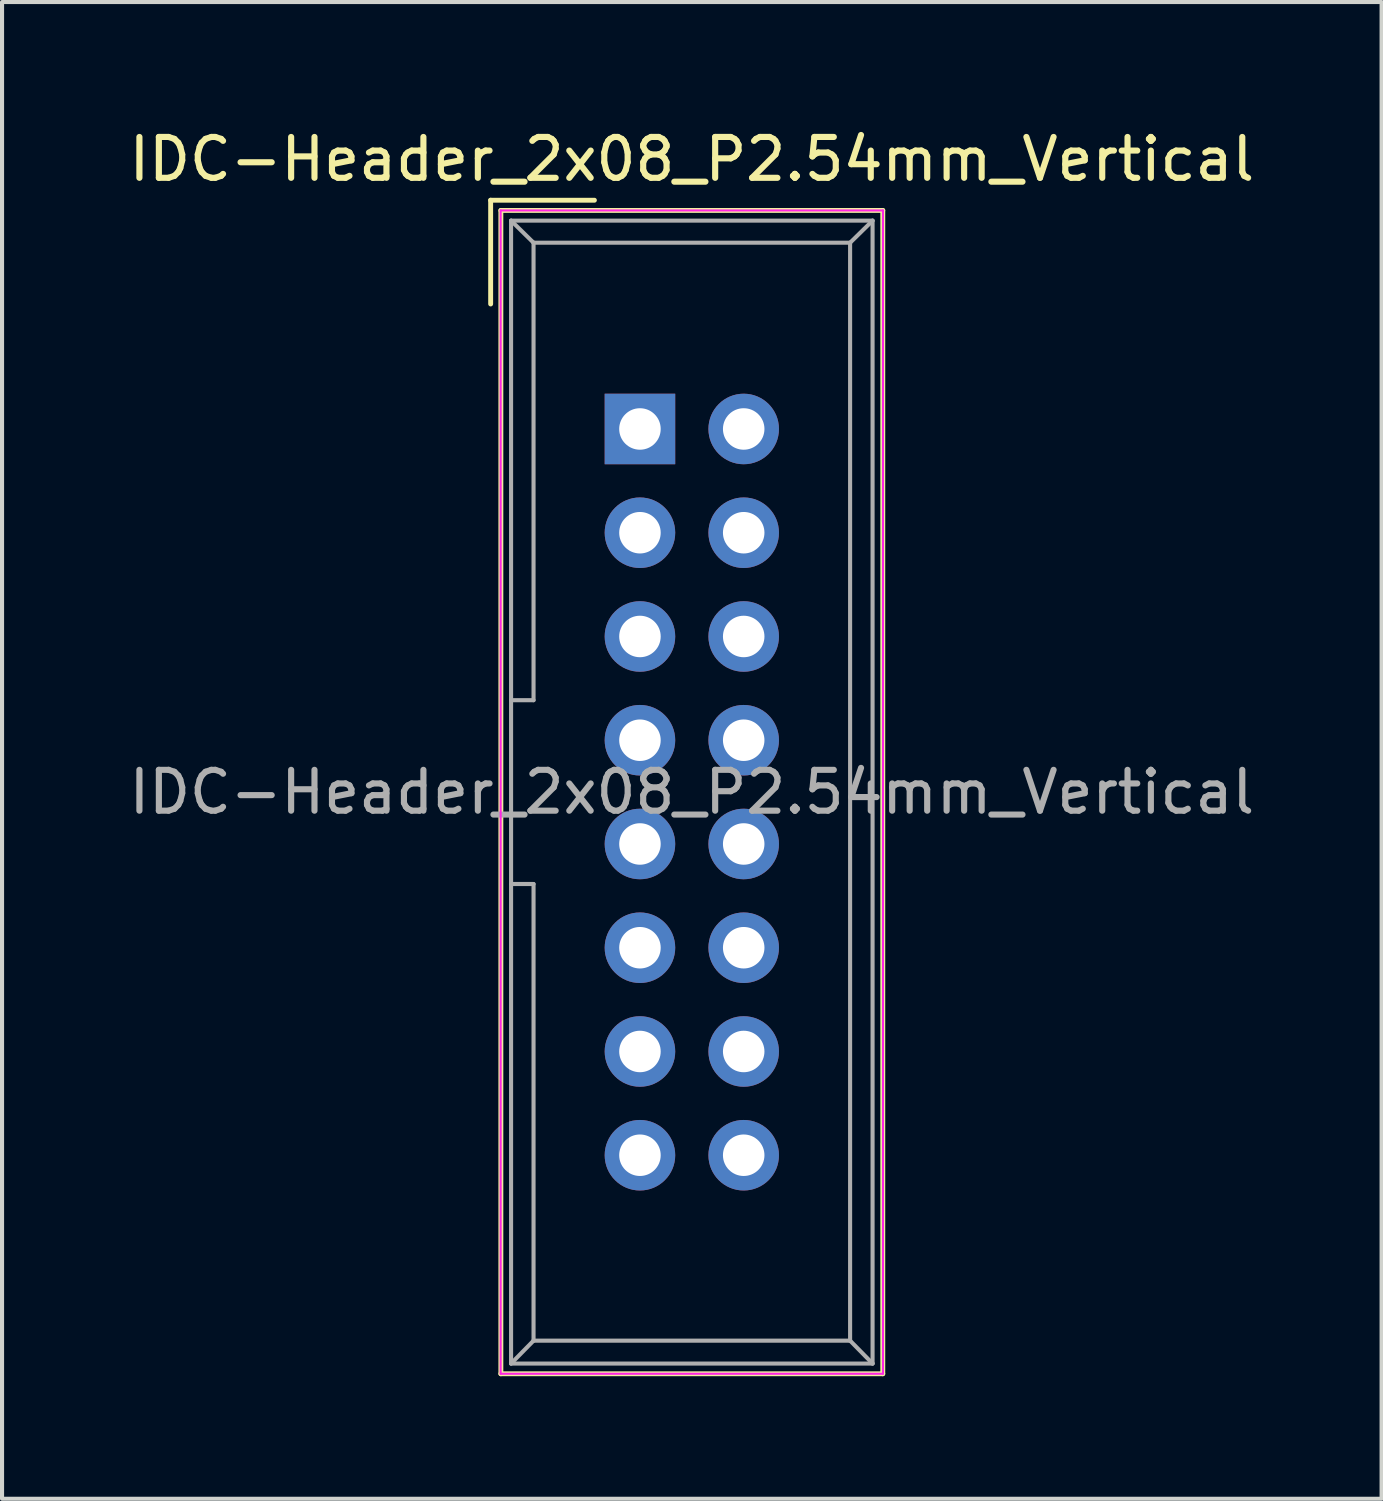
<source format=kicad_pcb>
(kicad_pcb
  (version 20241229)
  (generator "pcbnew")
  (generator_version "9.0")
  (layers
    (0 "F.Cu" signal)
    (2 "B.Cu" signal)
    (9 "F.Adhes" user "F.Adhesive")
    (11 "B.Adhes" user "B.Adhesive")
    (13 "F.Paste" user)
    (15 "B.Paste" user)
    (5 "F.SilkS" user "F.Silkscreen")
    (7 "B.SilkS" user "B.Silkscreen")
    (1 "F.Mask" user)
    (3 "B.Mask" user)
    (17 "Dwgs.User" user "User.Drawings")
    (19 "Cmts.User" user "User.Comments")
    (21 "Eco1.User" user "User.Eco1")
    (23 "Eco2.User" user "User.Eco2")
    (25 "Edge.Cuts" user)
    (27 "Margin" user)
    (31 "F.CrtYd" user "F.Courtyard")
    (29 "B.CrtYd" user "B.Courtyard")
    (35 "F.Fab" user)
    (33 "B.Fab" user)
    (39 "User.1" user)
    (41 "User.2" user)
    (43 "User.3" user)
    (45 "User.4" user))
  (footprint "IDC-Header_2x08_P2.54mm_Vertical"
    (layer "F.Cu")
    (at 12.617 7.452)
    (property "Reference" "IDC-Header_2x08_P2.54mm_Vertical" (at 1.27 -6.604 0) (layer "F.SilkS") (effects (font (size 1 1) (thickness 0.15))))
    (attr through_hole)
    (fp_line (start -3.655 -5.6) (end -3.655 -3.06) (stroke (width 0.12) (type solid)) (layer "F.SilkS"))
    (fp_line (start -3.655 -5.6) (end -1.115 -5.6) (stroke (width 0.12) (type solid)) (layer "F.SilkS"))
    (fp_line (start -3.405 -5.35) (end 5.945 -5.35) (stroke (width 0.12) (type solid)) (layer "F.SilkS"))
    (fp_line (start -3.405 23.13) (end -3.405 -5.35) (stroke (width 0.12) (type solid)) (layer "F.SilkS"))
    (fp_line (start 5.945 -5.35) (end 5.945 23.13) (stroke (width 0.12) (type solid)) (layer "F.SilkS"))
    (fp_line (start 5.945 23.13) (end -3.405 23.13) (stroke (width 0.12) (type solid)) (layer "F.SilkS"))
    (fp_line (start -3.41 -5.35) (end 5.95 -5.35) (stroke (width 0.05) (type solid)) (layer "F.CrtYd"))
    (fp_line (start -3.41 23.13) (end -3.41 -5.35) (stroke (width 0.05) (type solid)) (layer "F.CrtYd"))
    (fp_line (start 5.95 -5.35) (end 5.95 23.13) (stroke (width 0.05) (type solid)) (layer "F.CrtYd"))
    (fp_line (start 5.95 23.13) (end -3.41 23.13) (stroke (width 0.05) (type solid)) (layer "F.CrtYd"))
    (fp_line (start -3.155 -5.1) (end -3.155 22.88) (stroke (width 0.1) (type solid)) (layer "F.Fab"))
    (fp_line (start -3.155 -5.1) (end -2.605 -4.56) (stroke (width 0.1) (type solid)) (layer "F.Fab"))
    (fp_line (start -3.155 22.88) (end -2.605 22.32) (stroke (width 0.1) (type solid)) (layer "F.Fab"))
    (fp_line (start -2.605 -4.56) (end -2.605 6.64) (stroke (width 0.1) (type solid)) (layer "F.Fab"))
    (fp_line (start -2.605 6.64) (end -3.155 6.64) (stroke (width 0.1) (type solid)) (layer "F.Fab"))
    (fp_line (start -2.605 11.14) (end -3.155 11.14) (stroke (width 0.1) (type solid)) (layer "F.Fab"))
    (fp_line (start -2.605 11.14) (end -2.605 22.32) (stroke (width 0.1) (type solid)) (layer "F.Fab"))
    (fp_line (start 5.145 -4.56) (end -2.605 -4.56) (stroke (width 0.1) (type solid)) (layer "F.Fab"))
    (fp_line (start 5.145 -4.56) (end 5.145 22.32) (stroke (width 0.1) (type solid)) (layer "F.Fab"))
    (fp_line (start 5.145 22.32) (end -2.605 22.32) (stroke (width 0.1) (type solid)) (layer "F.Fab"))
    (fp_line (start 5.695 -5.1) (end -3.155 -5.1) (stroke (width 0.1) (type solid)) (layer "F.Fab"))
    (fp_line (start 5.695 -5.1) (end 5.145 -4.56) (stroke (width 0.1) (type solid)) (layer "F.Fab"))
    (fp_line (start 5.695 -5.1) (end 5.695 22.88) (stroke (width 0.1) (type solid)) (layer "F.Fab"))
    (fp_line (start 5.695 22.88) (end -3.155 22.88) (stroke (width 0.1) (type solid)) (layer "F.Fab"))
    (fp_line (start 5.695 22.88) (end 5.145 22.32) (stroke (width 0.1) (type solid)) (layer "F.Fab"))
    (fp_text user "${REFERENCE}" (at 1.27 8.89 0) (layer "F.Fab") (effects (font (size 1 1) (thickness 0.15))))
    (pad "1" thru_hole rect (at 0 0) (size 1.727 1.727) (drill 1.016) (layers "*.Cu" "*.Mask"))
    (pad "2" thru_hole oval (at 0 2.54) (size 1.727 1.727) (drill 1.016) (layers "*.Cu" "*.Mask"))
    (pad "3" thru_hole oval (at 0 5.08) (size 1.727 1.727) (drill 1.016) (layers "*.Cu" "*.Mask"))
    (pad "4" thru_hole oval (at 0 7.62) (size 1.727 1.727) (drill 1.016) (layers "*.Cu" "*.Mask"))
    (pad "5" thru_hole oval (at 0 10.16) (size 1.727 1.727) (drill 1.016) (layers "*.Cu" "*.Mask"))
    (pad "6" thru_hole oval (at 0 12.7) (size 1.727 1.727) (drill 1.016) (layers "*.Cu" "*.Mask"))
    (pad "7" thru_hole oval (at 0 15.24) (size 1.727 1.727) (drill 1.016) (layers "*.Cu" "*.Mask"))
    (pad "8" thru_hole oval (at 0 17.78) (size 1.727 1.727) (drill 1.016) (layers "*.Cu" "*.Mask"))
    (pad "9" thru_hole oval (at 2.54 0 180) (size 1.727 1.727) (drill 1.016) (layers "*.Cu" "*.Mask"))
    (pad "10" thru_hole oval (at 2.54 2.54 180) (size 1.727 1.727) (drill 1.016) (layers "*.Cu" "*.Mask"))
    (pad "11" thru_hole oval (at 2.54 5.08 180) (size 1.727 1.727) (drill 1.016) (layers "*.Cu" "*.Mask"))
    (pad "12" thru_hole oval (at 2.54 7.62 180) (size 1.727 1.727) (drill 1.016) (layers "*.Cu" "*.Mask"))
    (pad "13" thru_hole oval (at 2.54 10.16 180) (size 1.727 1.727) (drill 1.016) (layers "*.Cu" "*.Mask"))
    (pad "14" thru_hole oval (at 2.54 12.7 180) (size 1.727 1.727) (drill 1.016) (layers "*.Cu" "*.Mask"))
    (pad "15" thru_hole oval (at 2.54 15.24 180) (size 1.727 1.727) (drill 1.016) (layers "*.Cu" "*.Mask"))
    (pad "16" thru_hole oval (at 2.54 17.78 180) (size 1.727 1.727) (drill 1.016) (layers "*.Cu" "*.Mask")))
  (gr_rect
    (start -3 -3)
    (end 30.774 33.642)
    (stroke (width 0.1) (type default))
    (fill no)
    (layer "Edge.Cuts")))
</source>
